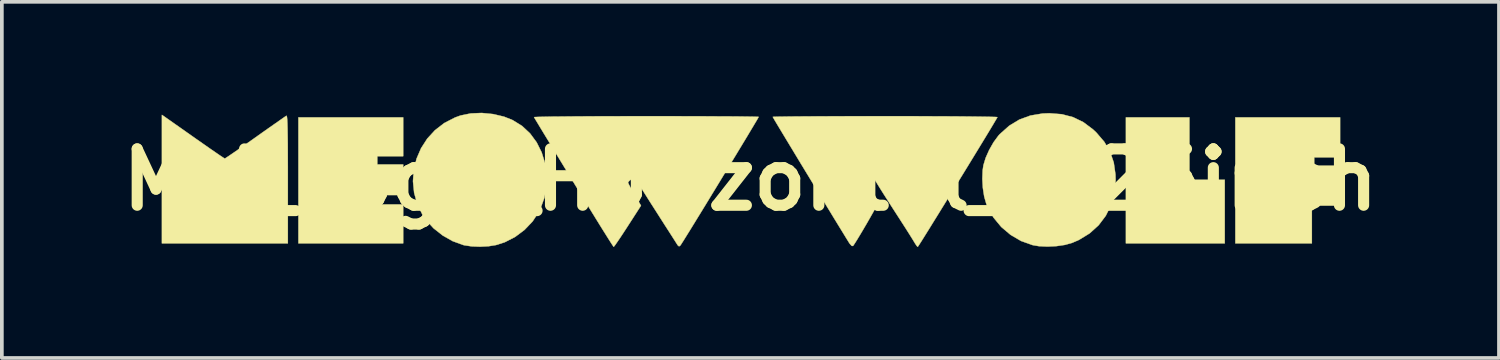
<source format=kicad_pcb>
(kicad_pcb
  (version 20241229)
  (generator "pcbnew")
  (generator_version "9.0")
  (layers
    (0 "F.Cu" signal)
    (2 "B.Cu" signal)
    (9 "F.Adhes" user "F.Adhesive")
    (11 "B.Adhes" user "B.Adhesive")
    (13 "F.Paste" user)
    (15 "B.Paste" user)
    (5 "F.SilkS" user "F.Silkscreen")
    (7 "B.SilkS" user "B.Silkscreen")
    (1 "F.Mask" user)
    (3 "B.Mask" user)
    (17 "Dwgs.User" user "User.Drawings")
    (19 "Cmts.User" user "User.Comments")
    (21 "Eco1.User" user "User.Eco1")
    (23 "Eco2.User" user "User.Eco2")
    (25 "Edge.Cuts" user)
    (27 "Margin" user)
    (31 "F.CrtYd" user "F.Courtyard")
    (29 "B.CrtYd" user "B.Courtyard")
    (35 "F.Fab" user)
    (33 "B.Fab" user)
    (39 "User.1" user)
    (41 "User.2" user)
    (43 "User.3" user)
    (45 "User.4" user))
  (footprint "MW_Logo_Horizontal_1.25inch"
    (layer "F.Cu")
    (at 17.243 1.811)
    (property "Reference" "MW_Logo_Horizontal_1.25inch" (at 0 0 0) (layer "F.SilkS") (effects (font (size 1.524 1.524) (thickness 0.3))))
    (attr through_hole)
    (fp_poly (pts (xy 11.872 0) (xy 12.827 0) (xy 12.827 1.719) (xy 10.154 1.719) (xy 10.154 -1.687) (xy 11.872 -1.687) (xy 11.872 0)) (stroke (width 0.01) (type solid)) (fill yes) (layer "F.SilkS"))
    (fp_poly (pts (xy 15.947 -0.605) (xy 15.246 -0.605) (xy 15.246 -0.382) (xy 15.947 -0.382) (xy 15.947 0.7) (xy 15.183 0.7) (xy 15.183 1.719) (xy 13.114 1.719) (xy 13.114 -1.687) (xy 15.947 -1.687) (xy 15.947 -0.605)) (stroke (width 0.01) (type solid)) (fill yes) (layer "F.SilkS"))
    (fp_poly (pts (xy -9.39 -0.637) (xy -10.09 -0.637) (xy -10.09 -0.414) (xy -9.39 -0.414) (xy -9.39 0.414) (xy -10.09 0.414) (xy -10.09 0.668) (xy -9.39 0.668) (xy -9.39 1.719) (xy -12.223 1.719) (xy -12.223 -1.687) (xy -9.39 -1.687) (xy -9.39 -0.637)) (stroke (width 0.01) (type solid)) (fill yes) (layer "F.SilkS"))
    (fp_poly (pts (xy -6.959 -1.776) (xy -6.663 -1.706) (xy -6.43 -1.613) (xy -6.175 -1.455) (xy -5.958 -1.252) (xy -5.78 -1.011) (xy -5.645 -0.74) (xy -5.554 -0.448) (xy -5.51 -0.142) (xy -5.515 0.171) (xy -5.57 0.482) (xy -5.679 0.784) (xy -5.72 0.869) (xy -5.89 1.126) (xy -6.108 1.355) (xy -6.363 1.546) (xy -6.644 1.69) (xy -6.878 1.765) (xy -7.083 1.798) (xy -7.313 1.81) (xy -7.54 1.801) (xy -7.739 1.771) (xy -7.766 1.764) (xy -8.052 1.66) (xy -8.323 1.506) (xy -8.569 1.312) (xy -8.773 1.089) (xy -8.862 0.959) (xy -9.007 0.662) (xy -9.094 0.353) (xy -9.125 0.041) (xy -9.103 -0.269) (xy -9.029 -0.568) (xy -8.907 -0.851) (xy -8.74 -1.111) (xy -8.529 -1.341) (xy -8.278 -1.534) (xy -7.988 -1.683) (xy -7.84 -1.737) (xy -7.566 -1.793) (xy -7.266 -1.806) (xy -6.959 -1.776)) (stroke (width 0.01) (type solid)) (fill yes) (layer "F.SilkS"))
    (fp_poly (pts (xy -15.827 -1.694) (xy -15.779 -1.66) (xy -15.686 -1.595) (xy -15.557 -1.504) (xy -15.397 -1.392) (xy -15.216 -1.264) (xy -15.021 -1.127) (xy -14.987 -1.103) (xy -14.794 -0.968) (xy -14.618 -0.845) (xy -14.465 -0.74) (xy -14.343 -0.656) (xy -14.258 -0.6) (xy -14.217 -0.574) (xy -14.214 -0.573) (xy -14.184 -0.591) (xy -14.108 -0.641) (xy -13.994 -0.719) (xy -13.847 -0.82) (xy -13.674 -0.941) (xy -13.481 -1.076) (xy -13.391 -1.14) (xy -13.191 -1.282) (xy -13.006 -1.412) (xy -12.843 -1.526) (xy -12.71 -1.619) (xy -12.613 -1.687) (xy -12.558 -1.725) (xy -12.549 -1.731) (xy -12.54 -1.724) (xy -12.532 -1.691) (xy -12.526 -1.626) (xy -12.521 -1.527) (xy -12.517 -1.387) (xy -12.514 -1.204) (xy -12.511 -0.974) (xy -12.51 -0.691) (xy -12.509 -0.353) (xy -12.509 -0.018) (xy -12.509 1.719) (xy -15.915 1.719) (xy -15.915 -1.755) (xy -15.827 -1.694)) (stroke (width 0.01) (type solid)) (fill yes) (layer "F.SilkS"))
    (fp_poly (pts (xy 8.421 -1.772) (xy 8.725 -1.692) (xy 9.004 -1.557) (xy 9.264 -1.362) (xy 9.358 -1.273) (xy 9.572 -1.023) (xy 9.727 -0.755) (xy 9.826 -0.464) (xy 9.872 -0.143) (xy 9.876 0.016) (xy 9.844 0.361) (xy 9.755 0.681) (xy 9.611 0.972) (xy 9.417 1.229) (xy 9.174 1.449) (xy 8.885 1.626) (xy 8.698 1.707) (xy 8.505 1.761) (xy 8.274 1.795) (xy 8.032 1.807) (xy 7.802 1.796) (xy 7.632 1.767) (xy 7.32 1.656) (xy 7.036 1.49) (xy 6.784 1.277) (xy 6.574 1.023) (xy 6.413 0.733) (xy 6.378 0.649) (xy 6.322 0.453) (xy 6.286 0.22) (xy 6.272 -0.024) (xy 6.281 -0.256) (xy 6.301 -0.392) (xy 6.361 -0.59) (xy 6.456 -0.804) (xy 6.574 -1.012) (xy 6.703 -1.188) (xy 6.744 -1.234) (xy 6.998 -1.46) (xy 7.273 -1.627) (xy 7.572 -1.736) (xy 7.901 -1.791) (xy 8.085 -1.798) (xy 8.421 -1.772)) (stroke (width 0.01) (type solid)) (fill yes) (layer "F.SilkS"))
    (fp_poly (pts (xy -2.385 -1.719) (xy -1.97 -1.718) (xy -1.577 -1.717) (xy -1.212 -1.716) (xy -0.878 -1.714) (xy -0.58 -1.713) (xy -0.322 -1.711) (xy -0.109 -1.708) (xy 0.055 -1.706) (xy 0.166 -1.703) (xy 0.219 -1.701) (xy 0.223 -1.7) (xy 0.207 -1.669) (xy 0.161 -1.59) (xy 0.088 -1.468) (xy -0.007 -1.309) (xy -0.122 -1.117) (xy -0.254 -0.899) (xy -0.398 -0.661) (xy -0.552 -0.408) (xy -0.712 -0.145) (xy -0.874 0.122) (xy -1.036 0.387) (xy -1.193 0.645) (xy -1.343 0.89) (xy -1.482 1.116) (xy -1.606 1.318) (xy -1.713 1.49) (xy -1.798 1.627) (xy -1.859 1.723) (xy -1.891 1.773) (xy -1.895 1.778) (xy -1.93 1.801) (xy -1.963 1.774) (xy -1.982 1.746) (xy -2.014 1.695) (xy -2.074 1.601) (xy -2.155 1.474) (xy -2.25 1.326) (xy -2.325 1.21) (xy -2.448 1.017) (xy -2.584 0.804) (xy -2.719 0.593) (xy -2.838 0.405) (xy -2.872 0.351) (xy -2.961 0.211) (xy -3.038 0.09) (xy -3.096 -0.000033) (xy -3.129 -0.051) (xy -3.135 -0.058) (xy -3.166 -0.051) (xy -3.22 -0.016) (xy -3.275 0.029) (xy -3.307 0.068) (xy -3.309 0.075) (xy -3.294 0.112) (xy -3.253 0.191) (xy -3.193 0.3) (xy -3.135 0.4) (xy -2.959 0.699) (xy -3.318 1.256) (xy -3.426 1.422) (xy -3.523 1.569) (xy -3.604 1.688) (xy -3.662 1.771) (xy -3.694 1.811) (xy -3.697 1.814) (xy -3.717 1.787) (xy -3.767 1.711) (xy -3.844 1.59) (xy -3.946 1.427) (xy -4.07 1.229) (xy -4.212 0.999) (xy -4.371 0.741) (xy -4.543 0.462) (xy -4.725 0.164) (xy -4.78 0.074) (xy -4.964 -0.229) (xy -5.139 -0.516) (xy -5.301 -0.782) (xy -5.447 -1.024) (xy -5.576 -1.235) (xy -5.683 -1.412) (xy -5.766 -1.55) (xy -5.823 -1.644) (xy -5.849 -1.689) (xy -5.851 -1.693) (xy -5.822 -1.696) (xy -5.733 -1.7) (xy -5.589 -1.703) (xy -5.395 -1.707) (xy -5.154 -1.709) (xy -4.871 -1.712) (xy -4.55 -1.714) (xy -4.197 -1.716) (xy -3.814 -1.717) (xy -3.407 -1.718) (xy -2.979 -1.719) (xy -2.82 -1.719) (xy -2.385 -1.719)) (stroke (width 0.01) (type solid)) (fill yes) (layer "F.SilkS"))
    (fp_poly (pts (xy 4.081 -1.719) (xy 4.496 -1.718) (xy 4.888 -1.716) (xy 5.253 -1.715) (xy 5.586 -1.713) (xy 5.883 -1.71) (xy 6.14 -1.707) (xy 6.351 -1.704) (xy 6.514 -1.701) (xy 6.624 -1.698) (xy 6.675 -1.694) (xy 6.679 -1.692) (xy 6.658 -1.654) (xy 6.607 -1.568) (xy 6.531 -1.44) (xy 6.432 -1.276) (xy 6.313 -1.08) (xy 6.179 -0.86) (xy 6.032 -0.619) (xy 5.876 -0.364) (xy 5.714 -0.1) (xy 5.55 0.167) (xy 5.387 0.432) (xy 5.228 0.689) (xy 5.078 0.933) (xy 4.938 1.158) (xy 4.814 1.359) (xy 4.707 1.53) (xy 4.622 1.666) (xy 4.561 1.761) (xy 4.529 1.809) (xy 4.525 1.814) (xy 4.498 1.789) (xy 4.454 1.724) (xy 4.427 1.679) (xy 4.387 1.613) (xy 4.319 1.504) (xy 4.228 1.36) (xy 4.121 1.193) (xy 4.004 1.011) (xy 3.947 0.923) (xy 3.825 0.734) (xy 3.708 0.551) (xy 3.602 0.385) (xy 3.515 0.247) (xy 3.453 0.147) (xy 3.436 0.119) (xy 3.379 0.027) (xy 3.334 -0.038) (xy 3.311 -0.063) (xy 3.278 -0.044) (xy 3.218 0.002) (xy 3.207 0.01) (xy 3.12 0.081) (xy 3.279 0.345) (xy 3.347 0.463) (xy 3.401 0.563) (xy 3.432 0.631) (xy 3.438 0.65) (xy 3.422 0.688) (xy 3.38 0.769) (xy 3.316 0.885) (xy 3.237 1.024) (xy 3.15 1.176) (xy 3.059 1.331) (xy 2.971 1.479) (xy 2.892 1.61) (xy 2.828 1.712) (xy 2.785 1.777) (xy 2.773 1.791) (xy 2.738 1.787) (xy 2.685 1.728) (xy 2.666 1.699) (xy 2.596 1.586) (xy 2.503 1.434) (xy 2.39 1.25) (xy 2.26 1.038) (xy 2.118 0.804) (xy 1.965 0.553) (xy 1.806 0.292) (xy 1.645 0.026) (xy 1.483 -0.24) (xy 1.325 -0.5) (xy 1.175 -0.749) (xy 1.035 -0.98) (xy 0.909 -1.189) (xy 0.8 -1.37) (xy 0.712 -1.516) (xy 0.648 -1.624) (xy 0.612 -1.686) (xy 0.605 -1.7) (xy 0.636 -1.702) (xy 0.726 -1.705) (xy 0.872 -1.707) (xy 1.068 -1.71) (xy 1.31 -1.712) (xy 1.594 -1.714) (xy 1.915 -1.715) (xy 2.27 -1.717) (xy 2.653 -1.718) (xy 3.061 -1.718) (xy 3.489 -1.719) (xy 3.647 -1.719) (xy 4.081 -1.719)) (stroke (width 0.01) (type solid)) (fill yes) (layer "F.SilkS")))
  (gr_rect
    (start -3 -3)
    (end 37.486 6.63)
    (stroke (width 0.1) (type default))
    (fill no)
    (layer "Edge.Cuts")))
</source>
